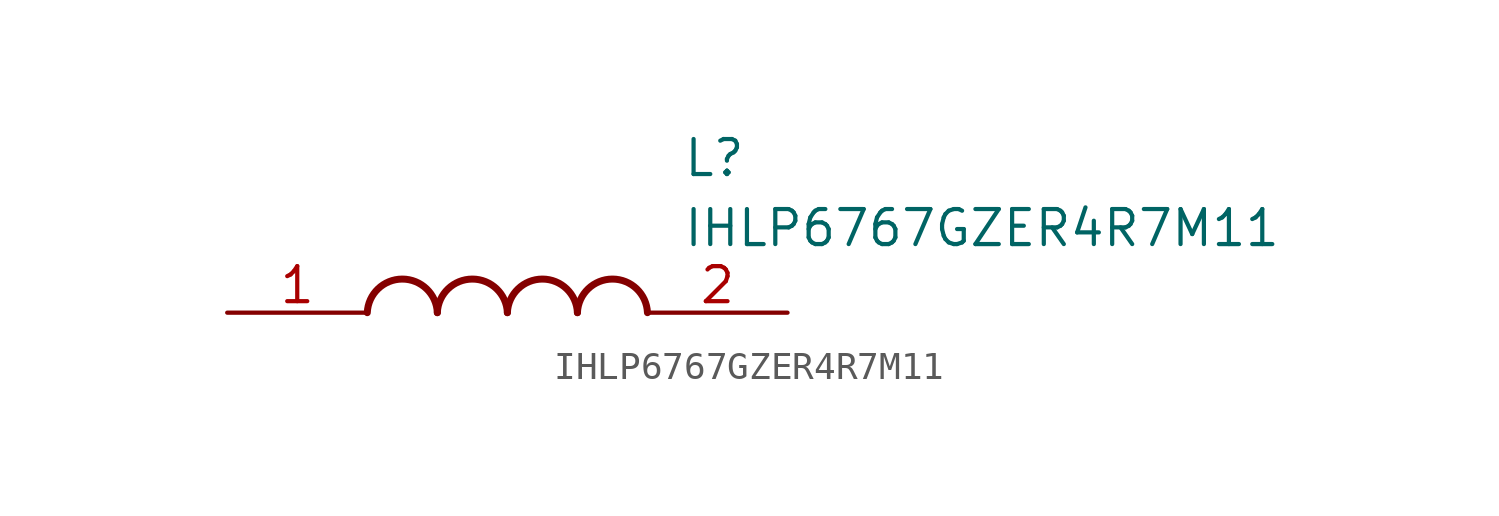
<source format=kicad_sym>
(kicad_symbol_lib
  (version 20211014)
  (generator SamacSys_ECAD_Model)
  (symbol "IHLP6767GZER4R7M11"
    (pin_names hide)
    (property "Reference" "L"
      (at 16.51 6.35 0)
      (effects (font (size 1.27 1.27)) (justify left top)))
    (property "Value" "IHLP6767GZER4R7M11"
      (at 16.51 3.81 0)
      (effects (font (size 1.27 1.27)) (justify left top)))
    (arc
      (start 7.62 0)
      (mid 6.35 1.219)
      (end 5.08 0)
      (stroke (width 0.254) (type default))
      (fill (type none)))
    (arc
      (start 10.16 0)
      (mid 8.89 1.219)
      (end 7.62 0)
      (stroke (width 0.254) (type default))
      (fill (type none)))
    (arc
      (start 12.7 0)
      (mid 11.43 1.219)
      (end 10.16 0)
      (stroke (width 0.254) (type default))
      (fill (type none)))
    (arc
      (start 15.24 0)
      (mid 13.97 1.219)
      (end 12.7 0)
      (stroke (width 0.254) (type default))
      (fill (type none)))
    (pin passive line
      (at 0 0 0)
      (length 5.08)
      (name "1" (effects (font (size 1.27 1.27))))
      (number "1" (effects (font (size 1.27 1.27)))))
    (pin passive line
      (at 20.32 0 180)
      (length 5.08)
      (name "2" (effects (font (size 1.27 1.27))))
      (number "2" (effects (font (size 1.27 1.27)))))))
</source>
